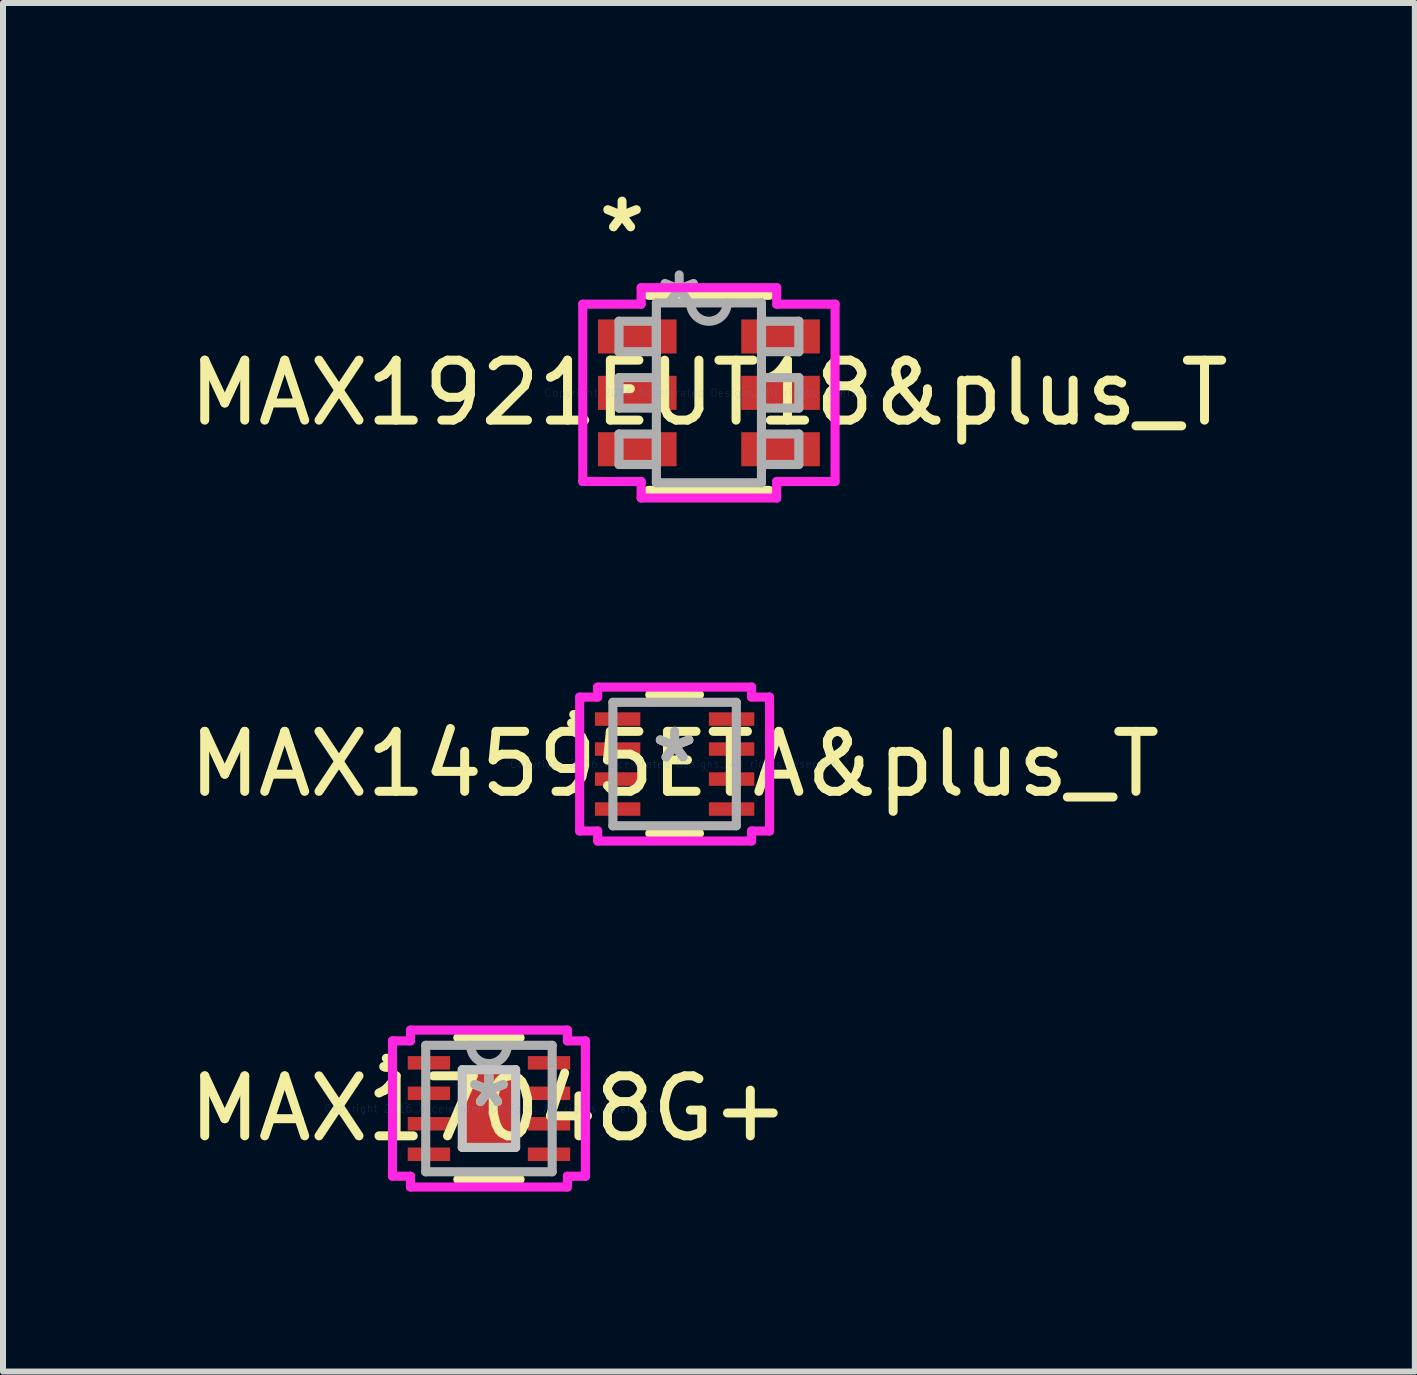
<source format=kicad_pcb>
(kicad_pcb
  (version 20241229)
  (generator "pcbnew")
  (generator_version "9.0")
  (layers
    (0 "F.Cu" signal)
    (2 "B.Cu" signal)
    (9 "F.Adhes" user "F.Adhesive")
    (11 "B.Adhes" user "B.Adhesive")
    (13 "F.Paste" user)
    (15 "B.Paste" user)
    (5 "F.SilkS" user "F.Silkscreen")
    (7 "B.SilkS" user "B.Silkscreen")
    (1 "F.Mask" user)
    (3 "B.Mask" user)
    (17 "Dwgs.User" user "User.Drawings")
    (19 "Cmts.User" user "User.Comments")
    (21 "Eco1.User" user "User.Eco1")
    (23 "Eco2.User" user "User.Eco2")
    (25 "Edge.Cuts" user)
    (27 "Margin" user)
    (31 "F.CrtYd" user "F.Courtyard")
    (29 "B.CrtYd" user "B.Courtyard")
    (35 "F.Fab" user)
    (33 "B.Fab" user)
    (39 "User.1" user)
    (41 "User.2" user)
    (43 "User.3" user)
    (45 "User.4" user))
  (footprint "MAX1921EUT18&plus_T"
    (layer "F.Cu")
    (at 8.768 3.499)
    (property "Reference" "MAX1921EUT18&plus_T" (at 0 0 0) (layer "F.SilkS") (effects (font (size 1 1) (thickness 0.15))))
    (attr through_hole)
    (fp_line (start -1.003 1.626) (end 1.003 1.626) (stroke (width 0.152) (type solid)) (layer "F.SilkS"))
    (fp_line (start 1.003 -1.626) (end -1.003 -1.626) (stroke (width 0.152) (type solid)) (layer "F.SilkS"))
    (fp_line (start -2.103 -1.478) (end -1.13 -1.478) (stroke (width 0.152) (type solid)) (layer "F.CrtYd"))
    (fp_line (start -2.103 1.478) (end -2.103 -1.478) (stroke (width 0.152) (type solid)) (layer "F.CrtYd"))
    (fp_line (start -1.13 -1.753) (end 1.13 -1.753) (stroke (width 0.152) (type solid)) (layer "F.CrtYd"))
    (fp_line (start -1.13 -1.478) (end -1.13 -1.753) (stroke (width 0.152) (type solid)) (layer "F.CrtYd"))
    (fp_line (start -1.13 1.478) (end -2.103 1.478) (stroke (width 0.152) (type solid)) (layer "F.CrtYd"))
    (fp_line (start -1.13 1.753) (end -1.13 1.478) (stroke (width 0.152) (type solid)) (layer "F.CrtYd"))
    (fp_line (start 1.13 -1.753) (end 1.13 -1.478) (stroke (width 0.152) (type solid)) (layer "F.CrtYd"))
    (fp_line (start 1.13 -1.478) (end 2.103 -1.478) (stroke (width 0.152) (type solid)) (layer "F.CrtYd"))
    (fp_line (start 1.13 1.478) (end 1.13 1.753) (stroke (width 0.152) (type solid)) (layer "F.CrtYd"))
    (fp_line (start 1.13 1.753) (end -1.13 1.753) (stroke (width 0.152) (type solid)) (layer "F.CrtYd"))
    (fp_line (start 2.103 -1.478) (end 2.103 1.478) (stroke (width 0.152) (type solid)) (layer "F.CrtYd"))
    (fp_line (start 2.103 1.478) (end 1.13 1.478) (stroke (width 0.152) (type solid)) (layer "F.CrtYd"))
    (fp_line (start -1.499 -1.194) (end -1.499 -0.686) (stroke (width 0.152) (type solid)) (layer "F.Fab"))
    (fp_line (start -1.499 -0.686) (end -0.876 -0.686) (stroke (width 0.152) (type solid)) (layer "F.Fab"))
    (fp_line (start -1.499 -0.254) (end -1.499 0.254) (stroke (width 0.152) (type solid)) (layer "F.Fab"))
    (fp_line (start -1.499 0.254) (end -0.876 0.254) (stroke (width 0.152) (type solid)) (layer "F.Fab"))
    (fp_line (start -1.499 0.686) (end -1.499 1.194) (stroke (width 0.152) (type solid)) (layer "F.Fab"))
    (fp_line (start -1.499 1.194) (end -0.876 1.194) (stroke (width 0.152) (type solid)) (layer "F.Fab"))
    (fp_line (start -0.876 -1.499) (end -0.876 1.499) (stroke (width 0.152) (type solid)) (layer "F.Fab"))
    (fp_line (start -0.876 -1.194) (end -1.499 -1.194) (stroke (width 0.152) (type solid)) (layer "F.Fab"))
    (fp_line (start -0.876 -0.686) (end -0.876 -1.194) (stroke (width 0.152) (type solid)) (layer "F.Fab"))
    (fp_line (start -0.876 -0.254) (end -1.499 -0.254) (stroke (width 0.152) (type solid)) (layer "F.Fab"))
    (fp_line (start -0.876 0.254) (end -0.876 -0.254) (stroke (width 0.152) (type solid)) (layer "F.Fab"))
    (fp_line (start -0.876 0.686) (end -1.499 0.686) (stroke (width 0.152) (type solid)) (layer "F.Fab"))
    (fp_line (start -0.876 1.194) (end -0.876 0.686) (stroke (width 0.152) (type solid)) (layer "F.Fab"))
    (fp_line (start -0.876 1.499) (end 0.876 1.499) (stroke (width 0.152) (type solid)) (layer "F.Fab"))
    (fp_line (start 0.876 -1.499) (end -0.876 -1.499) (stroke (width 0.152) (type solid)) (layer "F.Fab"))
    (fp_line (start 0.876 -1.194) (end 0.876 -0.686) (stroke (width 0.152) (type solid)) (layer "F.Fab"))
    (fp_line (start 0.876 -0.686) (end 1.499 -0.686) (stroke (width 0.152) (type solid)) (layer "F.Fab"))
    (fp_line (start 0.876 -0.254) (end 0.876 0.254) (stroke (width 0.152) (type solid)) (layer "F.Fab"))
    (fp_line (start 0.876 0.254) (end 1.499 0.254) (stroke (width 0.152) (type solid)) (layer "F.Fab"))
    (fp_line (start 0.876 0.686) (end 0.876 1.194) (stroke (width 0.152) (type solid)) (layer "F.Fab"))
    (fp_line (start 0.876 1.194) (end 1.499 1.194) (stroke (width 0.152) (type solid)) (layer "F.Fab"))
    (fp_line (start 0.876 1.499) (end 0.876 -1.499) (stroke (width 0.152) (type solid)) (layer "F.Fab"))
    (fp_line (start 1.499 -1.194) (end 0.876 -1.194) (stroke (width 0.152) (type solid)) (layer "F.Fab"))
    (fp_line (start 1.499 -0.686) (end 1.499 -1.194) (stroke (width 0.152) (type solid)) (layer "F.Fab"))
    (fp_line (start 1.499 -0.254) (end 0.876 -0.254) (stroke (width 0.152) (type solid)) (layer "F.Fab"))
    (fp_line (start 1.499 0.254) (end 1.499 -0.254) (stroke (width 0.152) (type solid)) (layer "F.Fab"))
    (fp_line (start 1.499 0.686) (end 0.876 0.686) (stroke (width 0.152) (type solid)) (layer "F.Fab"))
    (fp_line (start 1.499 1.194) (end 1.499 0.686) (stroke (width 0.152) (type solid)) (layer "F.Fab"))
    (fp_arc (start 0.3048 -1.4986) (mid 0 -1.1938) (end -0.3048 -1.4986) (stroke (width 0.1524) (type solid)) (layer "F.Fab"))
    (fp_text user "*" (at -1.448 -2.651 0) (layer "F.SilkS") (effects (font (size 1 1) (thickness 0.15))))
    (fp_text user "Copyright 2016 Accelerated Designs. All rights reserved." (at 0 0 0) (layer "Cmts.User") (effects (font (size 0.127 0.127) (thickness 0.002))))
    (fp_text user "*" (at -0.495 -1.422 0) (layer "F.Fab") (effects (font (size 1 1) (thickness 0.15))))
    (pad "1" smd rect (at -1.194 -0.94) (size 1.31 0.568) (layers "F.Cu" "F.Mask" "F.Paste"))
    (pad "2" smd rect (at -1.194 0) (size 1.31 0.568) (layers "F.Cu" "F.Mask" "F.Paste"))
    (pad "3" smd rect (at -1.194 0.94) (size 1.31 0.568) (layers "F.Cu" "F.Mask" "F.Paste"))
    (pad "4" smd rect (at 1.194 0.94) (size 1.31 0.568) (layers "F.Cu" "F.Mask" "F.Paste"))
    (pad "5" smd rect (at 1.194 0) (size 1.31 0.568) (layers "F.Cu" "F.Mask" "F.Paste"))
    (pad "6" smd rect (at 1.194 -0.94) (size 1.31 0.568) (layers "F.Cu" "F.Mask" "F.Paste")))
  (footprint "MAX17048G+"
    (layer "F.Cu")
    (at 5.101 15.43)
    (property "Reference" "MAX17048G+" (at 0 0 0) (layer "F.SilkS") (effects (font (size 1 1) (thickness 0.15))))
    (attr through_hole)
    (fp_line (start -0.519 1.181) (end 0.519 1.181) (stroke (width 0.152) (type solid)) (layer "F.SilkS"))
    (fp_line (start 0.519 -1.181) (end -0.519 -1.181) (stroke (width 0.152) (type solid)) (layer "F.SilkS"))
    (fp_arc (start -1.709699 -0.8382) (mid -1.637009 -0.73914) (end -1.753313 -0.699516) (stroke (width 0.1524) (type solid)) (layer "F.SilkS"))
    (fp_line (start -0.445 -0.648) (end -0.445 0.648) (stroke (width 0.152) (type solid)) (layer "Dwgs.User"))
    (fp_line (start -0.445 0.648) (end 0.445 0.648) (stroke (width 0.152) (type solid)) (layer "Dwgs.User"))
    (fp_line (start 0.445 -0.648) (end -0.445 -0.648) (stroke (width 0.152) (type solid)) (layer "Dwgs.User"))
    (fp_line (start 0.445 0.648) (end 0.445 -0.648) (stroke (width 0.152) (type solid)) (layer "Dwgs.User"))
    (fp_line (start -1.608 -1.128) (end -1.308 -1.128) (stroke (width 0.152) (type solid)) (layer "F.CrtYd"))
    (fp_line (start -1.608 1.128) (end -1.608 -1.128) (stroke (width 0.152) (type solid)) (layer "F.CrtYd"))
    (fp_line (start -1.308 -1.308) (end 1.308 -1.308) (stroke (width 0.152) (type solid)) (layer "F.CrtYd"))
    (fp_line (start -1.308 -1.128) (end -1.308 -1.308) (stroke (width 0.152) (type solid)) (layer "F.CrtYd"))
    (fp_line (start -1.308 1.128) (end -1.608 1.128) (stroke (width 0.152) (type solid)) (layer "F.CrtYd"))
    (fp_line (start -1.308 1.308) (end -1.308 1.128) (stroke (width 0.152) (type solid)) (layer "F.CrtYd"))
    (fp_line (start 1.308 -1.308) (end 1.308 -1.128) (stroke (width 0.152) (type solid)) (layer "F.CrtYd"))
    (fp_line (start 1.308 -1.128) (end 1.608 -1.128) (stroke (width 0.152) (type solid)) (layer "F.CrtYd"))
    (fp_line (start 1.308 1.128) (end 1.308 1.308) (stroke (width 0.152) (type solid)) (layer "F.CrtYd"))
    (fp_line (start 1.308 1.308) (end -1.308 1.308) (stroke (width 0.152) (type solid)) (layer "F.CrtYd"))
    (fp_line (start 1.608 -1.128) (end 1.608 1.128) (stroke (width 0.152) (type solid)) (layer "F.CrtYd"))
    (fp_line (start 1.608 1.128) (end 1.308 1.128) (stroke (width 0.152) (type solid)) (layer "F.CrtYd"))
    (fp_line (start -1.054 -1.054) (end -1.054 1.054) (stroke (width 0.152) (type solid)) (layer "F.Fab"))
    (fp_line (start -1.054 1.054) (end 1.054 1.054) (stroke (width 0.152) (type solid)) (layer "F.Fab"))
    (fp_line (start 1.054 -1.054) (end -1.054 -1.054) (stroke (width 0.152) (type solid)) (layer "F.Fab"))
    (fp_line (start 1.054 1.054) (end 1.054 -1.054) (stroke (width 0.152) (type solid)) (layer "F.Fab"))
    (fp_arc (start 0.3048 -1.0541) (mid 0 -0.7493) (end -0.3048 -1.0541) (stroke (width 0.1524) (type solid)) (layer "F.Fab"))
    (fp_text user "*" (at 0 0 0) (layer "F.SilkS") (effects (font (size 1 1) (thickness 0.15))))
    (fp_text user "Copyright 2016 Accelerated Designs. All rights reserved." (at 0 0 0) (layer "Cmts.User") (effects (font (size 0.127 0.127) (thickness 0.002))))
    (fp_text user "*" (at 0 0 0) (layer "F.Fab") (effects (font (size 1 1) (thickness 0.15))))
    (pad "1" smd rect (at -1.001 -0.762) (size 0.706 0.225) (layers "F.Cu" "F.Mask" "F.Paste"))
    (pad "2" smd rect (at -1.001 -0.254) (size 0.706 0.225) (layers "F.Cu" "F.Mask" "F.Paste"))
    (pad "3" smd rect (at -1.001 0.254) (size 0.706 0.225) (layers "F.Cu" "F.Mask" "F.Paste"))
    (pad "4" smd rect (at -1.001 0.762) (size 0.706 0.225) (layers "F.Cu" "F.Mask" "F.Paste"))
    (pad "5" smd rect (at 1.001 0.762) (size 0.706 0.225) (layers "F.Cu" "F.Mask" "F.Paste"))
    (pad "6" smd rect (at 1.001 0.254) (size 0.706 0.225) (layers "F.Cu" "F.Mask" "F.Paste"))
    (pad "7" smd rect (at 1.001 -0.254) (size 0.706 0.225) (layers "F.Cu" "F.Mask" "F.Paste"))
    (pad "8" smd rect (at 1.001 -0.762) (size 0.706 0.225) (layers "F.Cu" "F.Mask" "F.Paste"))
    (pad "9" smd rect (at 0 0) (size 0.889 1.295) (layers "F.Cu" "F.Mask" "F.Paste")))
  (footprint "MAX14595ETA&plus_T"
    (layer "F.Cu")
    (at 8.196 9.687)
    (property "Reference" "MAX14595ETA&plus_T" (at 0 0 0) (layer "F.SilkS") (effects (font (size 1 1) (thickness 0.15))))
    (attr through_hole)
    (fp_line (start -0.414 1.156) (end 0.414 1.156) (stroke (width 0.152) (type solid)) (layer "F.SilkS"))
    (fp_line (start 0.414 -1.156) (end -0.414 -1.156) (stroke (width 0.152) (type solid)) (layer "F.SilkS"))
    (fp_arc (start -1.680299 -0.8262) (mid -1.60647 -0.73114) (end -1.716845 -0.683136) (stroke (width 0.1524) (type solid)) (layer "F.SilkS"))
    (fp_line (start -1.583 -1.116) (end -1.283 -1.116) (stroke (width 0.152) (type solid)) (layer "F.CrtYd"))
    (fp_line (start -1.583 1.116) (end -1.583 -1.116) (stroke (width 0.152) (type solid)) (layer "F.CrtYd"))
    (fp_line (start -1.283 -1.283) (end 1.283 -1.283) (stroke (width 0.152) (type solid)) (layer "F.CrtYd"))
    (fp_line (start -1.283 -1.116) (end -1.283 -1.283) (stroke (width 0.152) (type solid)) (layer "F.CrtYd"))
    (fp_line (start -1.283 1.116) (end -1.583 1.116) (stroke (width 0.152) (type solid)) (layer "F.CrtYd"))
    (fp_line (start -1.283 1.283) (end -1.283 1.116) (stroke (width 0.152) (type solid)) (layer "F.CrtYd"))
    (fp_line (start 1.283 -1.283) (end 1.283 -1.116) (stroke (width 0.152) (type solid)) (layer "F.CrtYd"))
    (fp_line (start 1.283 -1.116) (end 1.583 -1.116) (stroke (width 0.152) (type solid)) (layer "F.CrtYd"))
    (fp_line (start 1.283 1.116) (end 1.283 1.283) (stroke (width 0.152) (type solid)) (layer "F.CrtYd"))
    (fp_line (start 1.283 1.283) (end -1.283 1.283) (stroke (width 0.152) (type solid)) (layer "F.CrtYd"))
    (fp_line (start 1.583 -1.116) (end 1.583 1.116) (stroke (width 0.152) (type solid)) (layer "F.CrtYd"))
    (fp_line (start 1.583 1.116) (end 1.283 1.116) (stroke (width 0.152) (type solid)) (layer "F.CrtYd"))
    (fp_line (start -1.029 -1.029) (end -1.029 1.029) (stroke (width 0.152) (type solid)) (layer "F.Fab"))
    (fp_line (start -1.029 1.029) (end 1.029 1.029) (stroke (width 0.152) (type solid)) (layer "F.Fab"))
    (fp_line (start 1.029 -1.029) (end -1.029 -1.029) (stroke (width 0.152) (type solid)) (layer "F.Fab"))
    (fp_line (start 1.029 1.029) (end 1.029 -1.029) (stroke (width 0.152) (type solid)) (layer "F.Fab"))
    (fp_text user "*" (at 0 0 0) (layer "F.SilkS") (effects (font (size 1 1) (thickness 0.15))))
    (fp_text user "Copyright 2016 Accelerated Designs. All rights reserved." (at 0 0 0) (layer "Cmts.User") (effects (font (size 0.127 0.127) (thickness 0.002))))
    (fp_text user "*" (at 0 0 0) (layer "F.Fab") (effects (font (size 1 1) (thickness 0.15))))
    (pad "1" smd rect (at -0.95 -0.75) (size 0.757 0.225) (layers "F.Cu" "F.Mask" "F.Paste"))
    (pad "2" smd rect (at -0.95 -0.25) (size 0.757 0.225) (layers "F.Cu" "F.Mask" "F.Paste"))
    (pad "3" smd rect (at -0.95 0.25) (size 0.757 0.225) (layers "F.Cu" "F.Mask" "F.Paste"))
    (pad "4" smd rect (at -0.95 0.75) (size 0.757 0.225) (layers "F.Cu" "F.Mask" "F.Paste"))
    (pad "5" smd rect (at 0.95 0.75) (size 0.757 0.225) (layers "F.Cu" "F.Mask" "F.Paste"))
    (pad "6" smd rect (at 0.95 0.25) (size 0.757 0.225) (layers "F.Cu" "F.Mask" "F.Paste"))
    (pad "7" smd rect (at 0.95 -0.25) (size 0.757 0.225) (layers "F.Cu" "F.Mask" "F.Paste"))
    (pad "8" smd rect (at 0.95 -0.75) (size 0.757 0.225) (layers "F.Cu" "F.Mask" "F.Paste")))
  (gr_rect
    (start -3 -3)
    (end 20.536 19.814)
    (stroke (width 0.1) (type default))
    (fill no)
    (layer "Edge.Cuts")))
</source>
